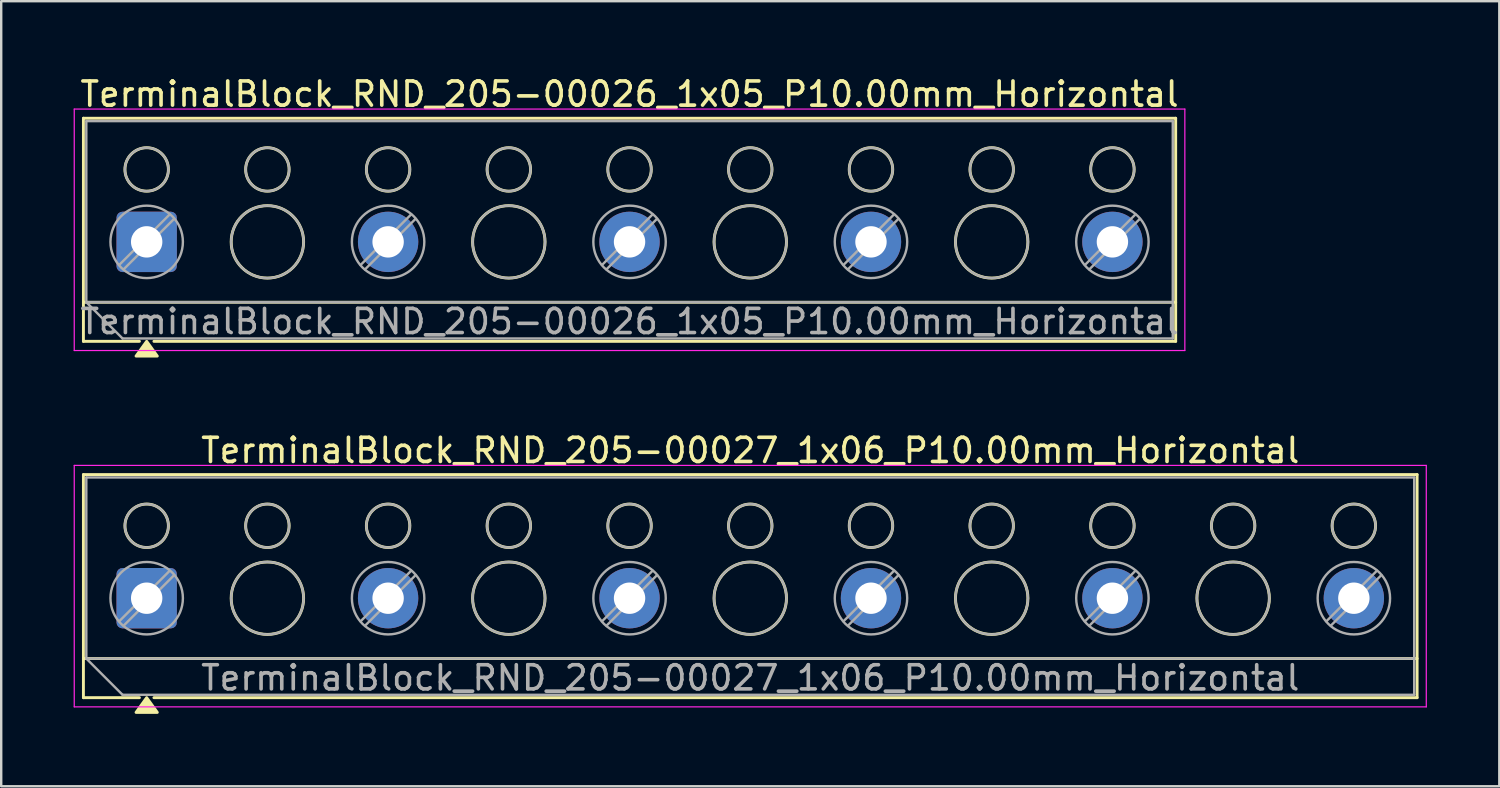
<source format=kicad_pcb>
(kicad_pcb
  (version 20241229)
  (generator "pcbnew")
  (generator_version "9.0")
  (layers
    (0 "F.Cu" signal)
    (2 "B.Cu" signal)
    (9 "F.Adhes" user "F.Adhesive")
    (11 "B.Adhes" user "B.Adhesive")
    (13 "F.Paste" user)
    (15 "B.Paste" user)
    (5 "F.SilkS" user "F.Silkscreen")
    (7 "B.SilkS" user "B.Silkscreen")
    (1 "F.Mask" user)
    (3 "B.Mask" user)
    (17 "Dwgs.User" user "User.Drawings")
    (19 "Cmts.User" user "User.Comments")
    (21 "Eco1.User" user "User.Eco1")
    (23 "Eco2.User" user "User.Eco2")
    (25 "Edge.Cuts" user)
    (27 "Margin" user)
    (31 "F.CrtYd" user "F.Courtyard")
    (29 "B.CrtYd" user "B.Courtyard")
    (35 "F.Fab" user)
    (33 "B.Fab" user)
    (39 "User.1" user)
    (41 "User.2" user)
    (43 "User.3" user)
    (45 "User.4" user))
  (footprint "TerminalBlock_RND_205-00026_1x05_P10.00mm_Horizontal"
    (layer "F.Cu")
    (at 3.025 6.968)
    (property "Reference" "TerminalBlock_RND_205-00026_1x05_P10.00mm_Horizontal" (at 20 -6.12 0) (layer "F.SilkS") (effects (font (size 1 1) (thickness 0.15))))
    (attr through_hole)
    (fp_line (start -2.62 -5.12) (end 42.62 -5.12) (stroke (width 0.12) (type solid)) (layer "F.SilkS"))
    (fp_line (start -2.62 2.5) (end 42.62 2.5) (stroke (width 0.12) (type solid)) (layer "F.SilkS"))
    (fp_line (start -2.62 4.12) (end -2.62 -5.12) (stroke (width 0.12) (type solid)) (layer "F.SilkS"))
    (fp_line (start -0.3 4.12) (end -2.62 4.12) (stroke (width 0.12) (type solid)) (layer "F.SilkS"))
    (fp_line (start 42.62 -5.12) (end 42.62 4.12) (stroke (width 0.12) (type solid)) (layer "F.SilkS"))
    (fp_line (start 42.62 4.12) (end 0.3 4.12) (stroke (width 0.12) (type solid)) (layer "F.SilkS"))
    (fp_circle (center 0 -3) (end 0.9 -3) (stroke (width 0.12) (type solid)) (fill no) (layer "F.SilkS"))
    (fp_circle (center 5 -3) (end 5.9 -3) (stroke (width 0.12) (type solid)) (fill no) (layer "F.SilkS"))
    (fp_circle (center 5 0) (end 6.5 0) (stroke (width 0.12) (type solid)) (fill no) (layer "F.SilkS"))
    (fp_circle (center 10 -3) (end 10.9 -3) (stroke (width 0.12) (type solid)) (fill no) (layer "F.SilkS"))
    (fp_circle (center 15 -3) (end 15.9 -3) (stroke (width 0.12) (type solid)) (fill no) (layer "F.SilkS"))
    (fp_circle (center 15 0) (end 16.5 0) (stroke (width 0.12) (type solid)) (fill no) (layer "F.SilkS"))
    (fp_circle (center 20 -3) (end 20.9 -3) (stroke (width 0.12) (type solid)) (fill no) (layer "F.SilkS"))
    (fp_circle (center 25 -3) (end 25.9 -3) (stroke (width 0.12) (type solid)) (fill no) (layer "F.SilkS"))
    (fp_circle (center 25 0) (end 26.5 0) (stroke (width 0.12) (type solid)) (fill no) (layer "F.SilkS"))
    (fp_circle (center 30 -3) (end 30.9 -3) (stroke (width 0.12) (type solid)) (fill no) (layer "F.SilkS"))
    (fp_circle (center 35 -3) (end 35.9 -3) (stroke (width 0.12) (type solid)) (fill no) (layer "F.SilkS"))
    (fp_circle (center 35 0) (end 36.5 0) (stroke (width 0.12) (type solid)) (fill no) (layer "F.SilkS"))
    (fp_circle (center 40 -3) (end 40.9 -3) (stroke (width 0.12) (type solid)) (fill no) (layer "F.SilkS"))
    (fp_poly (pts (xy 0 4.12) (xy 0.44 4.73) (xy -0.44 4.73)) (stroke (width 0.12) (type solid)) (fill yes) (layer "F.SilkS"))
    (fp_line (start -3 -5.5) (end -3 4.5) (stroke (width 0.05) (type solid)) (layer "F.CrtYd"))
    (fp_line (start -3 4.5) (end 43 4.5) (stroke (width 0.05) (type solid)) (layer "F.CrtYd"))
    (fp_line (start 43 -5.5) (end -3 -5.5) (stroke (width 0.05) (type solid)) (layer "F.CrtYd"))
    (fp_line (start 43 4.5) (end 43 -5.5) (stroke (width 0.05) (type solid)) (layer "F.CrtYd"))
    (fp_line (start -2.5 -5) (end 42.5 -5) (stroke (width 0.1) (type solid)) (layer "F.Fab"))
    (fp_line (start -2.5 2.5) (end -2.5 -5) (stroke (width 0.1) (type solid)) (layer "F.Fab"))
    (fp_line (start -2.5 2.5) (end 42.5 2.5) (stroke (width 0.1) (type solid)) (layer "F.Fab"))
    (fp_line (start -1 4) (end -2.5 2.5) (stroke (width 0.1) (type solid)) (layer "F.Fab"))
    (fp_line (start 0.955 -1.138) (end -1.138 0.955) (stroke (width 0.1) (type solid)) (layer "F.Fab"))
    (fp_line (start 1.138 -0.955) (end -0.955 1.138) (stroke (width 0.1) (type solid)) (layer "F.Fab"))
    (fp_line (start 10.955 -1.138) (end 8.862 0.955) (stroke (width 0.1) (type solid)) (layer "F.Fab"))
    (fp_line (start 11.138 -0.955) (end 9.045 1.138) (stroke (width 0.1) (type solid)) (layer "F.Fab"))
    (fp_line (start 20.955 -1.138) (end 18.862 0.955) (stroke (width 0.1) (type solid)) (layer "F.Fab"))
    (fp_line (start 21.138 -0.955) (end 19.045 1.138) (stroke (width 0.1) (type solid)) (layer "F.Fab"))
    (fp_line (start 30.955 -1.138) (end 28.862 0.955) (stroke (width 0.1) (type solid)) (layer "F.Fab"))
    (fp_line (start 31.138 -0.955) (end 29.045 1.138) (stroke (width 0.1) (type solid)) (layer "F.Fab"))
    (fp_line (start 40.955 -1.138) (end 38.862 0.955) (stroke (width 0.1) (type solid)) (layer "F.Fab"))
    (fp_line (start 41.138 -0.955) (end 39.045 1.138) (stroke (width 0.1) (type solid)) (layer "F.Fab"))
    (fp_line (start 42.5 -5) (end 42.5 4) (stroke (width 0.1) (type solid)) (layer "F.Fab"))
    (fp_line (start 42.5 4) (end -1 4) (stroke (width 0.1) (type solid)) (layer "F.Fab"))
    (fp_circle (center 0 -3) (end 0.9 -3) (stroke (width 0.1) (type solid)) (fill no) (layer "F.Fab"))
    (fp_circle (center 0 0) (end 1.5 0) (stroke (width 0.1) (type solid)) (fill no) (layer "F.Fab"))
    (fp_circle (center 5 -3) (end 5.9 -3) (stroke (width 0.1) (type solid)) (fill no) (layer "F.Fab"))
    (fp_circle (center 5 0) (end 6.5 0) (stroke (width 0.1) (type solid)) (fill no) (layer "F.Fab"))
    (fp_circle (center 10 -3) (end 10.9 -3) (stroke (width 0.1) (type solid)) (fill no) (layer "F.Fab"))
    (fp_circle (center 10 0) (end 11.5 0) (stroke (width 0.1) (type solid)) (fill no) (layer "F.Fab"))
    (fp_circle (center 15 -3) (end 15.9 -3) (stroke (width 0.1) (type solid)) (fill no) (layer "F.Fab"))
    (fp_circle (center 15 0) (end 16.5 0) (stroke (width 0.1) (type solid)) (fill no) (layer "F.Fab"))
    (fp_circle (center 20 -3) (end 20.9 -3) (stroke (width 0.1) (type solid)) (fill no) (layer "F.Fab"))
    (fp_circle (center 20 0) (end 21.5 0) (stroke (width 0.1) (type solid)) (fill no) (layer "F.Fab"))
    (fp_circle (center 25 -3) (end 25.9 -3) (stroke (width 0.1) (type solid)) (fill no) (layer "F.Fab"))
    (fp_circle (center 25 0) (end 26.5 0) (stroke (width 0.1) (type solid)) (fill no) (layer "F.Fab"))
    (fp_circle (center 30 -3) (end 30.9 -3) (stroke (width 0.1) (type solid)) (fill no) (layer "F.Fab"))
    (fp_circle (center 30 0) (end 31.5 0) (stroke (width 0.1) (type solid)) (fill no) (layer "F.Fab"))
    (fp_circle (center 35 -3) (end 35.9 -3) (stroke (width 0.1) (type solid)) (fill no) (layer "F.Fab"))
    (fp_circle (center 35 0) (end 36.5 0) (stroke (width 0.1) (type solid)) (fill no) (layer "F.Fab"))
    (fp_circle (center 40 -3) (end 40.9 -3) (stroke (width 0.1) (type solid)) (fill no) (layer "F.Fab"))
    (fp_circle (center 40 0) (end 41.5 0) (stroke (width 0.1) (type solid)) (fill no) (layer "F.Fab"))
    (fp_text user "${REFERENCE}" (at 20 3.3 0) (layer "F.Fab") (effects (font (size 1 1) (thickness 0.15))))
    (pad "1" thru_hole roundrect (at 0 0) (size 2.5 2.5) (drill 1.3) (layers "*.Cu" "*.Mask") (roundrect_rratio 0.1))
    (pad "2" thru_hole circle (at 10 0) (size 2.5 2.5) (drill 1.3) (layers "*.Cu" "*.Mask"))
    (pad "3" thru_hole circle (at 20 0) (size 2.5 2.5) (drill 1.3) (layers "*.Cu" "*.Mask"))
    (pad "4" thru_hole circle (at 30 0) (size 2.5 2.5) (drill 1.3) (layers "*.Cu" "*.Mask"))
    (pad "5" thru_hole circle (at 40 0) (size 2.5 2.5) (drill 1.3) (layers "*.Cu" "*.Mask")))
  (footprint "TerminalBlock_RND_205-00027_1x06_P10.00mm_Horizontal"
    (layer "F.Cu")
    (at 3.025 21.727)
    (property "Reference" "TerminalBlock_RND_205-00027_1x06_P10.00mm_Horizontal" (at 25 -6.12 0) (layer "F.SilkS") (effects (font (size 1 1) (thickness 0.15))))
    (attr through_hole)
    (fp_line (start -2.62 -5.12) (end 52.62 -5.12) (stroke (width 0.12) (type solid)) (layer "F.SilkS"))
    (fp_line (start -2.62 2.5) (end 52.62 2.5) (stroke (width 0.12) (type solid)) (layer "F.SilkS"))
    (fp_line (start -2.62 4.12) (end -2.62 -5.12) (stroke (width 0.12) (type solid)) (layer "F.SilkS"))
    (fp_line (start -0.3 4.12) (end -2.62 4.12) (stroke (width 0.12) (type solid)) (layer "F.SilkS"))
    (fp_line (start 52.62 -5.12) (end 52.62 4.12) (stroke (width 0.12) (type solid)) (layer "F.SilkS"))
    (fp_line (start 52.62 4.12) (end 0.3 4.12) (stroke (width 0.12) (type solid)) (layer "F.SilkS"))
    (fp_circle (center 0 -3) (end 0.9 -3) (stroke (width 0.12) (type solid)) (fill no) (layer "F.SilkS"))
    (fp_circle (center 5 -3) (end 5.9 -3) (stroke (width 0.12) (type solid)) (fill no) (layer "F.SilkS"))
    (fp_circle (center 5 0) (end 6.5 0) (stroke (width 0.12) (type solid)) (fill no) (layer "F.SilkS"))
    (fp_circle (center 10 -3) (end 10.9 -3) (stroke (width 0.12) (type solid)) (fill no) (layer "F.SilkS"))
    (fp_circle (center 15 -3) (end 15.9 -3) (stroke (width 0.12) (type solid)) (fill no) (layer "F.SilkS"))
    (fp_circle (center 15 0) (end 16.5 0) (stroke (width 0.12) (type solid)) (fill no) (layer "F.SilkS"))
    (fp_circle (center 20 -3) (end 20.9 -3) (stroke (width 0.12) (type solid)) (fill no) (layer "F.SilkS"))
    (fp_circle (center 25 -3) (end 25.9 -3) (stroke (width 0.12) (type solid)) (fill no) (layer "F.SilkS"))
    (fp_circle (center 25 0) (end 26.5 0) (stroke (width 0.12) (type solid)) (fill no) (layer "F.SilkS"))
    (fp_circle (center 30 -3) (end 30.9 -3) (stroke (width 0.12) (type solid)) (fill no) (layer "F.SilkS"))
    (fp_circle (center 35 -3) (end 35.9 -3) (stroke (width 0.12) (type solid)) (fill no) (layer "F.SilkS"))
    (fp_circle (center 35 0) (end 36.5 0) (stroke (width 0.12) (type solid)) (fill no) (layer "F.SilkS"))
    (fp_circle (center 40 -3) (end 40.9 -3) (stroke (width 0.12) (type solid)) (fill no) (layer "F.SilkS"))
    (fp_circle (center 45 -3) (end 45.9 -3) (stroke (width 0.12) (type solid)) (fill no) (layer "F.SilkS"))
    (fp_circle (center 45 0) (end 46.5 0) (stroke (width 0.12) (type solid)) (fill no) (layer "F.SilkS"))
    (fp_circle (center 50 -3) (end 50.9 -3) (stroke (width 0.12) (type solid)) (fill no) (layer "F.SilkS"))
    (fp_poly (pts (xy 0 4.12) (xy 0.44 4.73) (xy -0.44 4.73)) (stroke (width 0.12) (type solid)) (fill yes) (layer "F.SilkS"))
    (fp_line (start -3 -5.5) (end -3 4.5) (stroke (width 0.05) (type solid)) (layer "F.CrtYd"))
    (fp_line (start -3 4.5) (end 53 4.5) (stroke (width 0.05) (type solid)) (layer "F.CrtYd"))
    (fp_line (start 53 -5.5) (end -3 -5.5) (stroke (width 0.05) (type solid)) (layer "F.CrtYd"))
    (fp_line (start 53 4.5) (end 53 -5.5) (stroke (width 0.05) (type solid)) (layer "F.CrtYd"))
    (fp_line (start -2.5 -5) (end 52.5 -5) (stroke (width 0.1) (type solid)) (layer "F.Fab"))
    (fp_line (start -2.5 2.5) (end -2.5 -5) (stroke (width 0.1) (type solid)) (layer "F.Fab"))
    (fp_line (start -2.5 2.5) (end 52.5 2.5) (stroke (width 0.1) (type solid)) (layer "F.Fab"))
    (fp_line (start -1 4) (end -2.5 2.5) (stroke (width 0.1) (type solid)) (layer "F.Fab"))
    (fp_line (start 0.955 -1.138) (end -1.138 0.955) (stroke (width 0.1) (type solid)) (layer "F.Fab"))
    (fp_line (start 1.138 -0.955) (end -0.955 1.138) (stroke (width 0.1) (type solid)) (layer "F.Fab"))
    (fp_line (start 10.955 -1.138) (end 8.862 0.955) (stroke (width 0.1) (type solid)) (layer "F.Fab"))
    (fp_line (start 11.138 -0.955) (end 9.045 1.138) (stroke (width 0.1) (type solid)) (layer "F.Fab"))
    (fp_line (start 20.955 -1.138) (end 18.862 0.955) (stroke (width 0.1) (type solid)) (layer "F.Fab"))
    (fp_line (start 21.138 -0.955) (end 19.045 1.138) (stroke (width 0.1) (type solid)) (layer "F.Fab"))
    (fp_line (start 30.955 -1.138) (end 28.862 0.955) (stroke (width 0.1) (type solid)) (layer "F.Fab"))
    (fp_line (start 31.138 -0.955) (end 29.045 1.138) (stroke (width 0.1) (type solid)) (layer "F.Fab"))
    (fp_line (start 40.955 -1.138) (end 38.862 0.955) (stroke (width 0.1) (type solid)) (layer "F.Fab"))
    (fp_line (start 41.138 -0.955) (end 39.045 1.138) (stroke (width 0.1) (type solid)) (layer "F.Fab"))
    (fp_line (start 50.955 -1.138) (end 48.862 0.955) (stroke (width 0.1) (type solid)) (layer "F.Fab"))
    (fp_line (start 51.138 -0.955) (end 49.045 1.138) (stroke (width 0.1) (type solid)) (layer "F.Fab"))
    (fp_line (start 52.5 -5) (end 52.5 4) (stroke (width 0.1) (type solid)) (layer "F.Fab"))
    (fp_line (start 52.5 4) (end -1 4) (stroke (width 0.1) (type solid)) (layer "F.Fab"))
    (fp_circle (center 0 -3) (end 0.9 -3) (stroke (width 0.1) (type solid)) (fill no) (layer "F.Fab"))
    (fp_circle (center 0 0) (end 1.5 0) (stroke (width 0.1) (type solid)) (fill no) (layer "F.Fab"))
    (fp_circle (center 5 -3) (end 5.9 -3) (stroke (width 0.1) (type solid)) (fill no) (layer "F.Fab"))
    (fp_circle (center 5 0) (end 6.5 0) (stroke (width 0.1) (type solid)) (fill no) (layer "F.Fab"))
    (fp_circle (center 10 -3) (end 10.9 -3) (stroke (width 0.1) (type solid)) (fill no) (layer "F.Fab"))
    (fp_circle (center 10 0) (end 11.5 0) (stroke (width 0.1) (type solid)) (fill no) (layer "F.Fab"))
    (fp_circle (center 15 -3) (end 15.9 -3) (stroke (width 0.1) (type solid)) (fill no) (layer "F.Fab"))
    (fp_circle (center 15 0) (end 16.5 0) (stroke (width 0.1) (type solid)) (fill no) (layer "F.Fab"))
    (fp_circle (center 20 -3) (end 20.9 -3) (stroke (width 0.1) (type solid)) (fill no) (layer "F.Fab"))
    (fp_circle (center 20 0) (end 21.5 0) (stroke (width 0.1) (type solid)) (fill no) (layer "F.Fab"))
    (fp_circle (center 25 -3) (end 25.9 -3) (stroke (width 0.1) (type solid)) (fill no) (layer "F.Fab"))
    (fp_circle (center 25 0) (end 26.5 0) (stroke (width 0.1) (type solid)) (fill no) (layer "F.Fab"))
    (fp_circle (center 30 -3) (end 30.9 -3) (stroke (width 0.1) (type solid)) (fill no) (layer "F.Fab"))
    (fp_circle (center 30 0) (end 31.5 0) (stroke (width 0.1) (type solid)) (fill no) (layer "F.Fab"))
    (fp_circle (center 35 -3) (end 35.9 -3) (stroke (width 0.1) (type solid)) (fill no) (layer "F.Fab"))
    (fp_circle (center 35 0) (end 36.5 0) (stroke (width 0.1) (type solid)) (fill no) (layer "F.Fab"))
    (fp_circle (center 40 -3) (end 40.9 -3) (stroke (width 0.1) (type solid)) (fill no) (layer "F.Fab"))
    (fp_circle (center 40 0) (end 41.5 0) (stroke (width 0.1) (type solid)) (fill no) (layer "F.Fab"))
    (fp_circle (center 45 -3) (end 45.9 -3) (stroke (width 0.1) (type solid)) (fill no) (layer "F.Fab"))
    (fp_circle (center 45 0) (end 46.5 0) (stroke (width 0.1) (type solid)) (fill no) (layer "F.Fab"))
    (fp_circle (center 50 -3) (end 50.9 -3) (stroke (width 0.1) (type solid)) (fill no) (layer "F.Fab"))
    (fp_circle (center 50 0) (end 51.5 0) (stroke (width 0.1) (type solid)) (fill no) (layer "F.Fab"))
    (fp_text user "${REFERENCE}" (at 25 3.3 0) (layer "F.Fab") (effects (font (size 1 1) (thickness 0.15))))
    (pad "1" thru_hole roundrect (at 0 0) (size 2.5 2.5) (drill 1.3) (layers "*.Cu" "*.Mask") (roundrect_rratio 0.1))
    (pad "2" thru_hole circle (at 10 0) (size 2.5 2.5) (drill 1.3) (layers "*.Cu" "*.Mask"))
    (pad "3" thru_hole circle (at 20 0) (size 2.5 2.5) (drill 1.3) (layers "*.Cu" "*.Mask"))
    (pad "4" thru_hole circle (at 30 0) (size 2.5 2.5) (drill 1.3) (layers "*.Cu" "*.Mask"))
    (pad "5" thru_hole circle (at 40 0) (size 2.5 2.5) (drill 1.3) (layers "*.Cu" "*.Mask"))
    (pad "6" thru_hole circle (at 50 0) (size 2.5 2.5) (drill 1.3) (layers "*.Cu" "*.Mask")))
  (gr_rect
    (start -3 -3)
    (end 59.05 29.517)
    (stroke (width 0.1) (type default))
    (fill no)
    (layer "Edge.Cuts")))
</source>
